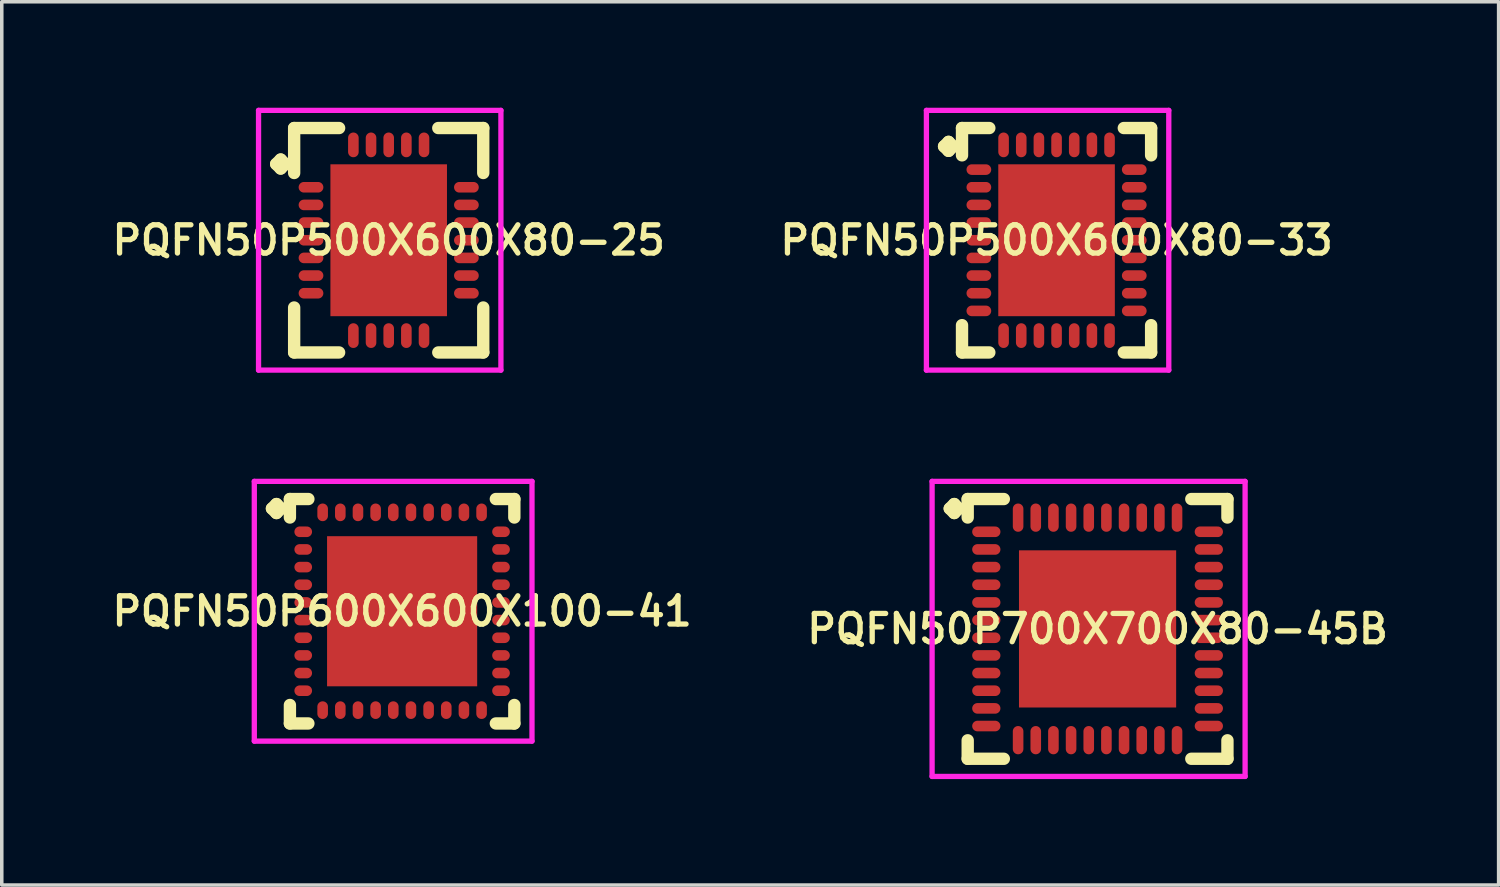
<source format=kicad_pcb>
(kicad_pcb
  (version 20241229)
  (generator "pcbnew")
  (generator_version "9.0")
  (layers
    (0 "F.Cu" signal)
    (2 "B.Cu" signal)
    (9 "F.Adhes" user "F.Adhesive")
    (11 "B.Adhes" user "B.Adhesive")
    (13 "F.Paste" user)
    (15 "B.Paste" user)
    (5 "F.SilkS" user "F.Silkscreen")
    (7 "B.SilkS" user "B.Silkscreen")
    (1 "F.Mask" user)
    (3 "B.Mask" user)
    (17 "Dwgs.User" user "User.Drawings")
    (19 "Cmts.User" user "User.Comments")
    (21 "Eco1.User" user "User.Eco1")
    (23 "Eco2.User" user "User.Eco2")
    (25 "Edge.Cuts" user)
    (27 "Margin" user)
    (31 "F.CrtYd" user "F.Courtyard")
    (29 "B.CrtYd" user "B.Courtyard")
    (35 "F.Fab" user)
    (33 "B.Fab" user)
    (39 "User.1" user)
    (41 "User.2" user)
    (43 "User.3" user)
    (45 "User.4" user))
  (footprint "PQFN50P600X600X100-41"
    (layer "F.Cu")
    (at 8.335 14.256)
    (property "Reference" "PQFN50P600X600X100-41" (at 0 0 0) (layer "F.SilkS") (effects (font (size 0.8 0.8) (thickness 0.15))))
    (attr smd)
    (fp_line (start -3.685 -2.908) (end -3.558 -3.035) (stroke (width 0.35) (type solid)) (layer "F.SilkS"))
    (fp_line (start -3.558 -3.035) (end -3.431 -2.908) (stroke (width 0.35) (type solid)) (layer "F.SilkS"))
    (fp_line (start -3.558 -2.781) (end -3.685 -2.908) (stroke (width 0.35) (type solid)) (layer "F.SilkS"))
    (fp_line (start -3.431 -2.908) (end -3.558 -2.781) (stroke (width 0.35) (type solid)) (layer "F.SilkS"))
    (fp_line (start -3.177 -3.177) (end -2.654 -3.177) (stroke (width 0.35) (type solid)) (layer "F.SilkS"))
    (fp_line (start -3.177 -2.654) (end -3.177 -3.177) (stroke (width 0.35) (type solid)) (layer "F.SilkS"))
    (fp_line (start -3.177 2.654) (end -3.177 3.177) (stroke (width 0.35) (type solid)) (layer "F.SilkS"))
    (fp_line (start -3.177 3.177) (end -2.654 3.177) (stroke (width 0.35) (type solid)) (layer "F.SilkS"))
    (fp_line (start 2.654 -3.177) (end 3.177 -3.177) (stroke (width 0.35) (type solid)) (layer "F.SilkS"))
    (fp_line (start 2.654 3.177) (end 3.177 3.177) (stroke (width 0.35) (type solid)) (layer "F.SilkS"))
    (fp_line (start 3.177 -3.177) (end 3.177 -2.654) (stroke (width 0.35) (type solid)) (layer "F.SilkS"))
    (fp_line (start 3.177 3.177) (end 3.177 2.654) (stroke (width 0.35) (type solid)) (layer "F.SilkS"))
    (fp_line (start -4.185 -3.677) (end 3.677 -3.677) (stroke (width 0.15) (type solid)) (layer "F.CrtYd"))
    (fp_line (start -4.185 3.677) (end -4.185 -3.677) (stroke (width 0.15) (type solid)) (layer "F.CrtYd"))
    (fp_line (start 3.677 -3.677) (end 3.677 3.677) (stroke (width 0.15) (type solid)) (layer "F.CrtYd"))
    (fp_line (start 3.677 3.677) (end -4.185 3.677) (stroke (width 0.15) (type solid)) (layer "F.CrtYd"))
    (pad "1" smd oval (at -2.8 -2.25) (size 0.5 0.3) (layers "F.Cu" "F.Mask" "F.Paste"))
    (pad "2" smd oval (at -2.8 -1.75) (size 0.5 0.3) (layers "F.Cu" "F.Mask" "F.Paste"))
    (pad "3" smd oval (at -2.8 -1.25) (size 0.5 0.3) (layers "F.Cu" "F.Mask" "F.Paste"))
    (pad "4" smd oval (at -2.8 -0.75) (size 0.5 0.3) (layers "F.Cu" "F.Mask" "F.Paste"))
    (pad "5" smd oval (at -2.8 -0.25) (size 0.5 0.3) (layers "F.Cu" "F.Mask" "F.Paste"))
    (pad "6" smd oval (at -2.8 0.25) (size 0.5 0.3) (layers "F.Cu" "F.Mask" "F.Paste"))
    (pad "7" smd oval (at -2.8 0.75) (size 0.5 0.3) (layers "F.Cu" "F.Mask" "F.Paste"))
    (pad "8" smd oval (at -2.8 1.25) (size 0.5 0.3) (layers "F.Cu" "F.Mask" "F.Paste"))
    (pad "9" smd oval (at -2.8 1.75) (size 0.5 0.3) (layers "F.Cu" "F.Mask" "F.Paste"))
    (pad "10" smd oval (at -2.8 2.25) (size 0.5 0.3) (layers "F.Cu" "F.Mask" "F.Paste"))
    (pad "11" smd oval (at -2.25 2.8) (size 0.3 0.5) (layers "F.Cu" "F.Mask" "F.Paste"))
    (pad "12" smd oval (at -1.75 2.8) (size 0.3 0.5) (layers "F.Cu" "F.Mask" "F.Paste"))
    (pad "13" smd oval (at -1.25 2.8) (size 0.3 0.5) (layers "F.Cu" "F.Mask" "F.Paste"))
    (pad "14" smd oval (at -0.75 2.8) (size 0.3 0.5) (layers "F.Cu" "F.Mask" "F.Paste"))
    (pad "15" smd oval (at -0.25 2.8) (size 0.3 0.5) (layers "F.Cu" "F.Mask" "F.Paste"))
    (pad "16" smd oval (at 0.25 2.8) (size 0.3 0.5) (layers "F.Cu" "F.Mask" "F.Paste"))
    (pad "17" smd oval (at 0.75 2.8) (size 0.3 0.5) (layers "F.Cu" "F.Mask" "F.Paste"))
    (pad "18" smd oval (at 1.25 2.8) (size 0.3 0.5) (layers "F.Cu" "F.Mask" "F.Paste"))
    (pad "19" smd oval (at 1.75 2.8) (size 0.3 0.5) (layers "F.Cu" "F.Mask" "F.Paste"))
    (pad "20" smd oval (at 2.25 2.8) (size 0.3 0.5) (layers "F.Cu" "F.Mask" "F.Paste"))
    (pad "21" smd oval (at 2.8 2.25) (size 0.5 0.3) (layers "F.Cu" "F.Mask" "F.Paste"))
    (pad "22" smd oval (at 2.8 1.75) (size 0.5 0.3) (layers "F.Cu" "F.Mask" "F.Paste"))
    (pad "23" smd oval (at 2.8 1.25) (size 0.5 0.3) (layers "F.Cu" "F.Mask" "F.Paste"))
    (pad "24" smd oval (at 2.8 0.75) (size 0.5 0.3) (layers "F.Cu" "F.Mask" "F.Paste"))
    (pad "25" smd oval (at 2.8 0.25) (size 0.5 0.3) (layers "F.Cu" "F.Mask" "F.Paste"))
    (pad "26" smd oval (at 2.8 -0.25) (size 0.5 0.3) (layers "F.Cu" "F.Mask" "F.Paste"))
    (pad "27" smd oval (at 2.8 -0.75) (size 0.5 0.3) (layers "F.Cu" "F.Mask" "F.Paste"))
    (pad "28" smd oval (at 2.8 -1.25) (size 0.5 0.3) (layers "F.Cu" "F.Mask" "F.Paste"))
    (pad "29" smd oval (at 2.8 -1.75) (size 0.5 0.3) (layers "F.Cu" "F.Mask" "F.Paste"))
    (pad "30" smd oval (at 2.8 -2.25) (size 0.5 0.3) (layers "F.Cu" "F.Mask" "F.Paste"))
    (pad "31" smd oval (at 2.25 -2.8) (size 0.3 0.5) (layers "F.Cu" "F.Mask" "F.Paste"))
    (pad "32" smd oval (at 1.75 -2.8) (size 0.3 0.5) (layers "F.Cu" "F.Mask" "F.Paste"))
    (pad "33" smd oval (at 1.25 -2.8) (size 0.3 0.5) (layers "F.Cu" "F.Mask" "F.Paste"))
    (pad "34" smd oval (at 0.75 -2.8) (size 0.3 0.5) (layers "F.Cu" "F.Mask" "F.Paste"))
    (pad "35" smd oval (at 0.25 -2.8) (size 0.3 0.5) (layers "F.Cu" "F.Mask" "F.Paste"))
    (pad "36" smd oval (at -0.25 -2.8) (size 0.3 0.5) (layers "F.Cu" "F.Mask" "F.Paste"))
    (pad "37" smd oval (at -0.75 -2.8) (size 0.3 0.5) (layers "F.Cu" "F.Mask" "F.Paste"))
    (pad "38" smd oval (at -1.25 -2.8) (size 0.3 0.5) (layers "F.Cu" "F.Mask" "F.Paste"))
    (pad "39" smd oval (at -1.75 -2.8) (size 0.3 0.5) (layers "F.Cu" "F.Mask" "F.Paste"))
    (pad "40" smd oval (at -2.25 -2.8) (size 0.3 0.5) (layers "F.Cu" "F.Mask" "F.Paste"))
    (pad "41" smd rect (at 0 0) (size 4.25 4.25) (layers "F.Cu" "F.Mask" "F.Paste")))
  (footprint "PQFN50P500X600X80-33"
    (layer "F.Cu")
    (at 26.864 3.752)
    (property "Reference" "PQFN50P500X600X80-33" (at 0 0 0) (layer "F.SilkS") (effects (font (size 0.8 0.8) (thickness 0.15))))
    (attr smd)
    (fp_line (start -3.185 -2.658) (end -3.058 -2.785) (stroke (width 0.35) (type solid)) (layer "F.SilkS"))
    (fp_line (start -3.058 -2.785) (end -2.931 -2.658) (stroke (width 0.35) (type solid)) (layer "F.SilkS"))
    (fp_line (start -3.058 -2.531) (end -3.185 -2.658) (stroke (width 0.35) (type solid)) (layer "F.SilkS"))
    (fp_line (start -2.931 -2.658) (end -3.058 -2.531) (stroke (width 0.35) (type solid)) (layer "F.SilkS"))
    (fp_line (start -2.677 -3.177) (end -1.904 -3.177) (stroke (width 0.35) (type solid)) (layer "F.SilkS"))
    (fp_line (start -2.677 -2.404) (end -2.677 -3.177) (stroke (width 0.35) (type solid)) (layer "F.SilkS"))
    (fp_line (start -2.677 2.404) (end -2.677 3.177) (stroke (width 0.35) (type solid)) (layer "F.SilkS"))
    (fp_line (start -2.677 3.177) (end -1.904 3.177) (stroke (width 0.35) (type solid)) (layer "F.SilkS"))
    (fp_line (start 1.904 -3.177) (end 2.677 -3.177) (stroke (width 0.35) (type solid)) (layer "F.SilkS"))
    (fp_line (start 1.904 3.177) (end 2.677 3.177) (stroke (width 0.35) (type solid)) (layer "F.SilkS"))
    (fp_line (start 2.677 -3.177) (end 2.677 -2.404) (stroke (width 0.35) (type solid)) (layer "F.SilkS"))
    (fp_line (start 2.677 3.177) (end 2.677 2.404) (stroke (width 0.35) (type solid)) (layer "F.SilkS"))
    (fp_line (start -3.685 -3.677) (end 3.177 -3.677) (stroke (width 0.15) (type solid)) (layer "F.CrtYd"))
    (fp_line (start -3.685 3.677) (end -3.685 -3.677) (stroke (width 0.15) (type solid)) (layer "F.CrtYd"))
    (fp_line (start 3.177 -3.677) (end 3.177 3.677) (stroke (width 0.15) (type solid)) (layer "F.CrtYd"))
    (fp_line (start 3.177 3.677) (end -3.685 3.677) (stroke (width 0.15) (type solid)) (layer "F.CrtYd"))
    (pad "1" smd oval (at -2.2 -2) (size 0.7 0.3) (layers "F.Cu" "F.Mask" "F.Paste"))
    (pad "2" smd oval (at -2.2 -1.5) (size 0.7 0.3) (layers "F.Cu" "F.Mask" "F.Paste"))
    (pad "3" smd oval (at -2.2 -1) (size 0.7 0.3) (layers "F.Cu" "F.Mask" "F.Paste"))
    (pad "4" smd oval (at -2.2 -0.5) (size 0.7 0.3) (layers "F.Cu" "F.Mask" "F.Paste"))
    (pad "5" smd oval (at -2.2 0) (size 0.7 0.3) (layers "F.Cu" "F.Mask" "F.Paste"))
    (pad "6" smd oval (at -2.2 0.5) (size 0.7 0.3) (layers "F.Cu" "F.Mask" "F.Paste"))
    (pad "7" smd oval (at -2.2 1) (size 0.7 0.3) (layers "F.Cu" "F.Mask" "F.Paste"))
    (pad "8" smd oval (at -2.2 1.5) (size 0.7 0.3) (layers "F.Cu" "F.Mask" "F.Paste"))
    (pad "9" smd oval (at -2.2 2) (size 0.7 0.3) (layers "F.Cu" "F.Mask" "F.Paste"))
    (pad "10" smd oval (at -1.5 2.7) (size 0.3 0.7) (layers "F.Cu" "F.Mask" "F.Paste"))
    (pad "11" smd oval (at -1 2.7) (size 0.3 0.7) (layers "F.Cu" "F.Mask" "F.Paste"))
    (pad "12" smd oval (at -0.5 2.7) (size 0.3 0.7) (layers "F.Cu" "F.Mask" "F.Paste"))
    (pad "13" smd oval (at 0 2.7) (size 0.3 0.7) (layers "F.Cu" "F.Mask" "F.Paste"))
    (pad "14" smd oval (at 0.5 2.7) (size 0.3 0.7) (layers "F.Cu" "F.Mask" "F.Paste"))
    (pad "15" smd oval (at 1 2.7) (size 0.3 0.7) (layers "F.Cu" "F.Mask" "F.Paste"))
    (pad "16" smd oval (at 1.5 2.7) (size 0.3 0.7) (layers "F.Cu" "F.Mask" "F.Paste"))
    (pad "17" smd oval (at 2.2 2) (size 0.7 0.3) (layers "F.Cu" "F.Mask" "F.Paste"))
    (pad "18" smd oval (at 2.2 1.5) (size 0.7 0.3) (layers "F.Cu" "F.Mask" "F.Paste"))
    (pad "19" smd oval (at 2.2 1) (size 0.7 0.3) (layers "F.Cu" "F.Mask" "F.Paste"))
    (pad "20" smd oval (at 2.2 0.5) (size 0.7 0.3) (layers "F.Cu" "F.Mask" "F.Paste"))
    (pad "21" smd oval (at 2.2 0) (size 0.7 0.3) (layers "F.Cu" "F.Mask" "F.Paste"))
    (pad "22" smd oval (at 2.2 -0.5) (size 0.7 0.3) (layers "F.Cu" "F.Mask" "F.Paste"))
    (pad "23" smd oval (at 2.2 -1) (size 0.7 0.3) (layers "F.Cu" "F.Mask" "F.Paste"))
    (pad "24" smd oval (at 2.2 -1.5) (size 0.7 0.3) (layers "F.Cu" "F.Mask" "F.Paste"))
    (pad "25" smd oval (at 2.2 -2) (size 0.7 0.3) (layers "F.Cu" "F.Mask" "F.Paste"))
    (pad "26" smd oval (at 1.5 -2.7) (size 0.3 0.7) (layers "F.Cu" "F.Mask" "F.Paste"))
    (pad "27" smd oval (at 1 -2.7) (size 0.3 0.7) (layers "F.Cu" "F.Mask" "F.Paste"))
    (pad "28" smd oval (at 0.5 -2.7) (size 0.3 0.7) (layers "F.Cu" "F.Mask" "F.Paste"))
    (pad "29" smd oval (at 0 -2.7) (size 0.3 0.7) (layers "F.Cu" "F.Mask" "F.Paste"))
    (pad "30" smd oval (at -0.5 -2.7) (size 0.3 0.7) (layers "F.Cu" "F.Mask" "F.Paste"))
    (pad "31" smd oval (at -1 -2.7) (size 0.3 0.7) (layers "F.Cu" "F.Mask" "F.Paste"))
    (pad "32" smd oval (at -1.5 -2.7) (size 0.3 0.7) (layers "F.Cu" "F.Mask" "F.Paste"))
    (pad "33" smd rect (at 0 0) (size 3.3 4.3) (layers "F.Cu" "F.Mask" "F.Paste")))
  (footprint "PQFN50P500X600X80-25"
    (layer "F.Cu")
    (at 7.955 3.752)
    (property "Reference" "PQFN50P500X600X80-25" (at 0 0 0) (layer "F.SilkS") (effects (font (size 0.8 0.8) (thickness 0.15))))
    (attr smd)
    (fp_line (start -3.185 -2.158) (end -3.058 -2.285) (stroke (width 0.35) (type solid)) (layer "F.SilkS"))
    (fp_line (start -3.058 -2.285) (end -2.931 -2.158) (stroke (width 0.35) (type solid)) (layer "F.SilkS"))
    (fp_line (start -3.058 -2.031) (end -3.185 -2.158) (stroke (width 0.35) (type solid)) (layer "F.SilkS"))
    (fp_line (start -2.931 -2.158) (end -3.058 -2.031) (stroke (width 0.35) (type solid)) (layer "F.SilkS"))
    (fp_line (start -2.677 -3.177) (end -1.404 -3.177) (stroke (width 0.35) (type solid)) (layer "F.SilkS"))
    (fp_line (start -2.677 -1.904) (end -2.677 -3.177) (stroke (width 0.35) (type solid)) (layer "F.SilkS"))
    (fp_line (start -2.677 1.904) (end -2.677 3.177) (stroke (width 0.35) (type solid)) (layer "F.SilkS"))
    (fp_line (start -2.677 3.177) (end -1.404 3.177) (stroke (width 0.35) (type solid)) (layer "F.SilkS"))
    (fp_line (start 1.404 -3.177) (end 2.677 -3.177) (stroke (width 0.35) (type solid)) (layer "F.SilkS"))
    (fp_line (start 1.404 3.177) (end 2.677 3.177) (stroke (width 0.35) (type solid)) (layer "F.SilkS"))
    (fp_line (start 2.677 -3.177) (end 2.677 -1.904) (stroke (width 0.35) (type solid)) (layer "F.SilkS"))
    (fp_line (start 2.677 3.177) (end 2.677 1.904) (stroke (width 0.35) (type solid)) (layer "F.SilkS"))
    (fp_line (start -3.685 -3.677) (end 3.177 -3.677) (stroke (width 0.15) (type solid)) (layer "F.CrtYd"))
    (fp_line (start -3.685 3.677) (end -3.685 -3.677) (stroke (width 0.15) (type solid)) (layer "F.CrtYd"))
    (fp_line (start 3.177 -3.677) (end 3.177 3.677) (stroke (width 0.15) (type solid)) (layer "F.CrtYd"))
    (fp_line (start 3.177 3.677) (end -3.685 3.677) (stroke (width 0.15) (type solid)) (layer "F.CrtYd"))
    (pad "1" smd oval (at -2.2 -1.5) (size 0.7 0.3) (layers "F.Cu" "F.Mask" "F.Paste"))
    (pad "2" smd oval (at -2.2 -1) (size 0.7 0.3) (layers "F.Cu" "F.Mask" "F.Paste"))
    (pad "3" smd oval (at -2.2 -0.5) (size 0.7 0.3) (layers "F.Cu" "F.Mask" "F.Paste"))
    (pad "4" smd oval (at -2.2 0) (size 0.7 0.3) (layers "F.Cu" "F.Mask" "F.Paste"))
    (pad "5" smd oval (at -2.2 0.5) (size 0.7 0.3) (layers "F.Cu" "F.Mask" "F.Paste"))
    (pad "6" smd oval (at -2.2 1) (size 0.7 0.3) (layers "F.Cu" "F.Mask" "F.Paste"))
    (pad "7" smd oval (at -2.2 1.5) (size 0.7 0.3) (layers "F.Cu" "F.Mask" "F.Paste"))
    (pad "8" smd oval (at -1 2.7) (size 0.3 0.7) (layers "F.Cu" "F.Mask" "F.Paste"))
    (pad "9" smd oval (at -0.5 2.7) (size 0.3 0.7) (layers "F.Cu" "F.Mask" "F.Paste"))
    (pad "10" smd oval (at 0 2.7) (size 0.3 0.7) (layers "F.Cu" "F.Mask" "F.Paste"))
    (pad "11" smd oval (at 0.5 2.7) (size 0.3 0.7) (layers "F.Cu" "F.Mask" "F.Paste"))
    (pad "12" smd oval (at 1 2.7) (size 0.3 0.7) (layers "F.Cu" "F.Mask" "F.Paste"))
    (pad "13" smd oval (at 2.2 1.5) (size 0.7 0.3) (layers "F.Cu" "F.Mask" "F.Paste"))
    (pad "14" smd oval (at 2.2 1) (size 0.7 0.3) (layers "F.Cu" "F.Mask" "F.Paste"))
    (pad "15" smd oval (at 2.2 0.5) (size 0.7 0.3) (layers "F.Cu" "F.Mask" "F.Paste"))
    (pad "16" smd oval (at 2.2 0) (size 0.7 0.3) (layers "F.Cu" "F.Mask" "F.Paste"))
    (pad "17" smd oval (at 2.2 -0.5) (size 0.7 0.3) (layers "F.Cu" "F.Mask" "F.Paste"))
    (pad "18" smd oval (at 2.2 -1) (size 0.7 0.3) (layers "F.Cu" "F.Mask" "F.Paste"))
    (pad "19" smd oval (at 2.2 -1.5) (size 0.7 0.3) (layers "F.Cu" "F.Mask" "F.Paste"))
    (pad "20" smd oval (at 1 -2.7) (size 0.3 0.7) (layers "F.Cu" "F.Mask" "F.Paste"))
    (pad "21" smd oval (at 0.5 -2.7) (size 0.3 0.7) (layers "F.Cu" "F.Mask" "F.Paste"))
    (pad "22" smd oval (at 0 -2.7) (size 0.3 0.7) (layers "F.Cu" "F.Mask" "F.Paste"))
    (pad "23" smd oval (at -0.5 -2.7) (size 0.3 0.7) (layers "F.Cu" "F.Mask" "F.Paste"))
    (pad "24" smd oval (at -1 -2.7) (size 0.3 0.7) (layers "F.Cu" "F.Mask" "F.Paste"))
    (pad "25" smd rect (at 0 0) (size 3.3 4.3) (layers "F.Cu" "F.Mask" "F.Paste")))
  (footprint "PQFN50P700X700X80-45B"
    (layer "F.Cu")
    (at 28.025 14.756)
    (property "Reference" "PQFN50P700X700X80-45B" (at 0 0 0) (layer "F.SilkS") (effects (font (size 0.8 0.8) (thickness 0.15))))
    (attr smd)
    (fp_line (start -4.185 -3.408) (end -4.058 -3.535) (stroke (width 0.35) (type solid)) (layer "F.SilkS"))
    (fp_line (start -4.058 -3.535) (end -3.931 -3.408) (stroke (width 0.35) (type solid)) (layer "F.SilkS"))
    (fp_line (start -4.058 -3.281) (end -4.185 -3.408) (stroke (width 0.35) (type solid)) (layer "F.SilkS"))
    (fp_line (start -3.931 -3.408) (end -4.058 -3.281) (stroke (width 0.35) (type solid)) (layer "F.SilkS"))
    (fp_line (start -3.677 -3.677) (end -2.654 -3.677) (stroke (width 0.35) (type solid)) (layer "F.SilkS"))
    (fp_line (start -3.677 -3.154) (end -3.677 -3.677) (stroke (width 0.35) (type solid)) (layer "F.SilkS"))
    (fp_line (start -3.677 3.154) (end -3.677 3.677) (stroke (width 0.35) (type solid)) (layer "F.SilkS"))
    (fp_line (start -3.677 3.677) (end -2.654 3.677) (stroke (width 0.35) (type solid)) (layer "F.SilkS"))
    (fp_line (start 2.654 -3.677) (end 3.677 -3.677) (stroke (width 0.35) (type solid)) (layer "F.SilkS"))
    (fp_line (start 2.654 3.677) (end 3.677 3.677) (stroke (width 0.35) (type solid)) (layer "F.SilkS"))
    (fp_line (start 3.677 -3.677) (end 3.677 -3.154) (stroke (width 0.35) (type solid)) (layer "F.SilkS"))
    (fp_line (start 3.677 3.677) (end 3.677 3.154) (stroke (width 0.35) (type solid)) (layer "F.SilkS"))
    (fp_line (start -4.685 -4.177) (end 4.177 -4.177) (stroke (width 0.15) (type solid)) (layer "F.CrtYd"))
    (fp_line (start -4.685 4.177) (end -4.685 -4.177) (stroke (width 0.15) (type solid)) (layer "F.CrtYd"))
    (fp_line (start 4.177 -4.177) (end 4.177 4.177) (stroke (width 0.15) (type solid)) (layer "F.CrtYd"))
    (fp_line (start 4.177 4.177) (end -4.685 4.177) (stroke (width 0.15) (type solid)) (layer "F.CrtYd"))
    (pad "1" smd oval (at -3.15 -2.75) (size 0.8 0.3) (layers "F.Cu" "F.Mask" "F.Paste"))
    (pad "2" smd oval (at -3.15 -2.25) (size 0.8 0.3) (layers "F.Cu" "F.Mask" "F.Paste"))
    (pad "3" smd oval (at -3.15 -1.75) (size 0.8 0.3) (layers "F.Cu" "F.Mask" "F.Paste"))
    (pad "4" smd oval (at -3.15 -1.25) (size 0.8 0.3) (layers "F.Cu" "F.Mask" "F.Paste"))
    (pad "5" smd oval (at -3.15 -0.75) (size 0.8 0.3) (layers "F.Cu" "F.Mask" "F.Paste"))
    (pad "6" smd oval (at -3.15 -0.25) (size 0.8 0.3) (layers "F.Cu" "F.Mask" "F.Paste"))
    (pad "7" smd oval (at -3.15 0.25) (size 0.8 0.3) (layers "F.Cu" "F.Mask" "F.Paste"))
    (pad "8" smd oval (at -3.15 0.75) (size 0.8 0.3) (layers "F.Cu" "F.Mask" "F.Paste"))
    (pad "9" smd oval (at -3.15 1.25) (size 0.8 0.3) (layers "F.Cu" "F.Mask" "F.Paste"))
    (pad "10" smd oval (at -3.15 1.75) (size 0.8 0.3) (layers "F.Cu" "F.Mask" "F.Paste"))
    (pad "11" smd oval (at -3.15 2.25) (size 0.8 0.3) (layers "F.Cu" "F.Mask" "F.Paste"))
    (pad "12" smd oval (at -3.15 2.75) (size 0.8 0.3) (layers "F.Cu" "F.Mask" "F.Paste"))
    (pad "13" smd oval (at -2.25 3.15) (size 0.3 0.8) (layers "F.Cu" "F.Mask" "F.Paste"))
    (pad "14" smd oval (at -1.75 3.15) (size 0.3 0.8) (layers "F.Cu" "F.Mask" "F.Paste"))
    (pad "15" smd oval (at -1.25 3.15) (size 0.3 0.8) (layers "F.Cu" "F.Mask" "F.Paste"))
    (pad "16" smd oval (at -0.75 3.15) (size 0.3 0.8) (layers "F.Cu" "F.Mask" "F.Paste"))
    (pad "17" smd oval (at -0.25 3.15) (size 0.3 0.8) (layers "F.Cu" "F.Mask" "F.Paste"))
    (pad "18" smd oval (at 0.25 3.15) (size 0.3 0.8) (layers "F.Cu" "F.Mask" "F.Paste"))
    (pad "19" smd oval (at 0.75 3.15) (size 0.3 0.8) (layers "F.Cu" "F.Mask" "F.Paste"))
    (pad "20" smd oval (at 1.25 3.15) (size 0.3 0.8) (layers "F.Cu" "F.Mask" "F.Paste"))
    (pad "21" smd oval (at 1.75 3.15) (size 0.3 0.8) (layers "F.Cu" "F.Mask" "F.Paste"))
    (pad "22" smd oval (at 2.25 3.15) (size 0.3 0.8) (layers "F.Cu" "F.Mask" "F.Paste"))
    (pad "23" smd oval (at 3.15 2.75) (size 0.8 0.3) (layers "F.Cu" "F.Mask" "F.Paste"))
    (pad "24" smd oval (at 3.15 2.25) (size 0.8 0.3) (layers "F.Cu" "F.Mask" "F.Paste"))
    (pad "25" smd oval (at 3.15 1.75) (size 0.8 0.3) (layers "F.Cu" "F.Mask" "F.Paste"))
    (pad "26" smd oval (at 3.15 1.25) (size 0.8 0.3) (layers "F.Cu" "F.Mask" "F.Paste"))
    (pad "27" smd oval (at 3.15 0.75) (size 0.8 0.3) (layers "F.Cu" "F.Mask" "F.Paste"))
    (pad "28" smd oval (at 3.15 0.25) (size 0.8 0.3) (layers "F.Cu" "F.Mask" "F.Paste"))
    (pad "29" smd oval (at 3.15 -0.25) (size 0.8 0.3) (layers "F.Cu" "F.Mask" "F.Paste"))
    (pad "30" smd oval (at 3.15 -0.75) (size 0.8 0.3) (layers "F.Cu" "F.Mask" "F.Paste"))
    (pad "31" smd oval (at 3.15 -1.25) (size 0.8 0.3) (layers "F.Cu" "F.Mask" "F.Paste"))
    (pad "32" smd oval (at 3.15 -1.75) (size 0.8 0.3) (layers "F.Cu" "F.Mask" "F.Paste"))
    (pad "33" smd oval (at 3.15 -2.25) (size 0.8 0.3) (layers "F.Cu" "F.Mask" "F.Paste"))
    (pad "34" smd oval (at 3.15 -2.75) (size 0.8 0.3) (layers "F.Cu" "F.Mask" "F.Paste"))
    (pad "35" smd oval (at 2.25 -3.15) (size 0.3 0.8) (layers "F.Cu" "F.Mask" "F.Paste"))
    (pad "36" smd oval (at 1.75 -3.15) (size 0.3 0.8) (layers "F.Cu" "F.Mask" "F.Paste"))
    (pad "37" smd oval (at 1.25 -3.15) (size 0.3 0.8) (layers "F.Cu" "F.Mask" "F.Paste"))
    (pad "38" smd oval (at 0.75 -3.15) (size 0.3 0.8) (layers "F.Cu" "F.Mask" "F.Paste"))
    (pad "39" smd oval (at 0.25 -3.15) (size 0.3 0.8) (layers "F.Cu" "F.Mask" "F.Paste"))
    (pad "40" smd oval (at -0.25 -3.15) (size 0.3 0.8) (layers "F.Cu" "F.Mask" "F.Paste"))
    (pad "41" smd oval (at -0.75 -3.15) (size 0.3 0.8) (layers "F.Cu" "F.Mask" "F.Paste"))
    (pad "42" smd oval (at -1.25 -3.15) (size 0.3 0.8) (layers "F.Cu" "F.Mask" "F.Paste"))
    (pad "43" smd oval (at -1.75 -3.15) (size 0.3 0.8) (layers "F.Cu" "F.Mask" "F.Paste"))
    (pad "44" smd oval (at -2.25 -3.15) (size 0.3 0.8) (layers "F.Cu" "F.Mask" "F.Paste"))
    (pad "45" smd rect (at 0 0) (size 4.45 4.45) (layers "F.Cu" "F.Mask" "F.Paste")))
  (gr_rect
    (start -3 -3)
    (end 39.38 22.008)
    (stroke (width 0.1) (type default))
    (fill no)
    (layer "Edge.Cuts")))
</source>
